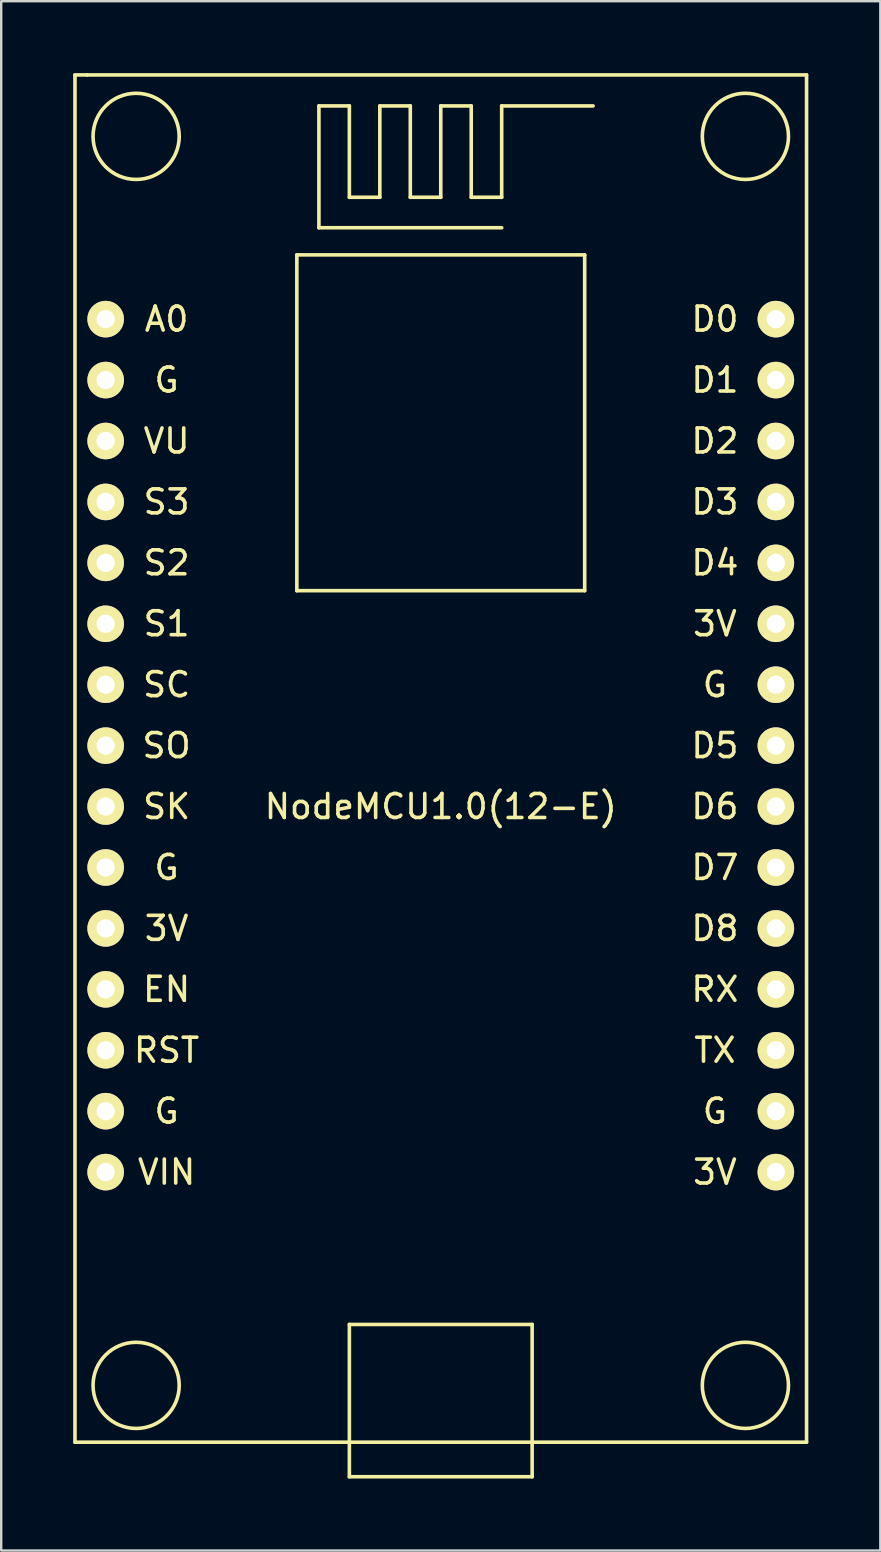
<source format=kicad_pcb>
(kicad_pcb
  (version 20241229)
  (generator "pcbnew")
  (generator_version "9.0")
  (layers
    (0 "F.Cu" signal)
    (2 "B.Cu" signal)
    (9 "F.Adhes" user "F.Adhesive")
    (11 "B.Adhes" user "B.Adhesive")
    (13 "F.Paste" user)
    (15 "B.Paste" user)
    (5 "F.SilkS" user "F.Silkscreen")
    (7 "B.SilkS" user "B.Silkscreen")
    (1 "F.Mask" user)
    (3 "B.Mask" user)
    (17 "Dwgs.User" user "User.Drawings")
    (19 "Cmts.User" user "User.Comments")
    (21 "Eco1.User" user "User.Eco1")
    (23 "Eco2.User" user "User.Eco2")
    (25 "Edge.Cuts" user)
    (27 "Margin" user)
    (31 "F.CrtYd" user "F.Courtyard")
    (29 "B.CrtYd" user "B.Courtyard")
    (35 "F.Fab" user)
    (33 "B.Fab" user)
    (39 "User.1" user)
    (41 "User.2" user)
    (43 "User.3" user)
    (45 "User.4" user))
  (footprint "NodeMCU1.0(12-E)"
    (layer "F.Cu")
    (at 15.325 30.575)
    (property "Reference" "NodeMCU1.0(12-E)" (at 0 0 0) (layer "F.SilkS") (effects (font (size 1 1) (thickness 0.15))))
    (attr through_hole)
    (fp_line (start -15.25 -30.5) (end -15.25 26.5) (stroke (width 0.15) (type solid)) (layer "F.SilkS"))
    (fp_line (start -15.25 26.5) (end 15.25 26.5) (stroke (width 0.15) (type solid)) (layer "F.SilkS"))
    (fp_line (start -14.75 -30.5) (end -15.25 -30.5) (stroke (width 0.15) (type solid)) (layer "F.SilkS"))
    (fp_line (start -6 -23) (end 6 -23) (stroke (width 0.15) (type solid)) (layer "F.SilkS"))
    (fp_line (start -6 -9) (end -6 -23) (stroke (width 0.15) (type solid)) (layer "F.SilkS"))
    (fp_line (start -5.08 -29.21) (end -3.81 -29.21) (stroke (width 0.15) (type solid)) (layer "F.SilkS"))
    (fp_line (start -5.08 -24.13) (end -5.08 -29.21) (stroke (width 0.15) (type solid)) (layer "F.SilkS"))
    (fp_line (start -3.81 -29.21) (end -3.81 -25.4) (stroke (width 0.15) (type solid)) (layer "F.SilkS"))
    (fp_line (start -3.81 -25.4) (end -2.54 -25.4) (stroke (width 0.15) (type solid)) (layer "F.SilkS"))
    (fp_line (start -3.81 21.59) (end -3.81 27.94) (stroke (width 0.15) (type solid)) (layer "F.SilkS"))
    (fp_line (start -3.81 27.94) (end 3.81 27.94) (stroke (width 0.15) (type solid)) (layer "F.SilkS"))
    (fp_line (start -2.54 -29.21) (end -1.27 -29.21) (stroke (width 0.15) (type solid)) (layer "F.SilkS"))
    (fp_line (start -2.54 -25.4) (end -2.54 -29.21) (stroke (width 0.15) (type solid)) (layer "F.SilkS"))
    (fp_line (start -1.27 -29.21) (end -1.27 -25.4) (stroke (width 0.15) (type solid)) (layer "F.SilkS"))
    (fp_line (start -1.27 -25.4) (end 0 -25.4) (stroke (width 0.15) (type solid)) (layer "F.SilkS"))
    (fp_line (start 0 -29.21) (end 1.27 -29.21) (stroke (width 0.15) (type solid)) (layer "F.SilkS"))
    (fp_line (start 0 -25.4) (end 0 -29.21) (stroke (width 0.15) (type solid)) (layer "F.SilkS"))
    (fp_line (start 1.27 -29.21) (end 1.27 -25.4) (stroke (width 0.15) (type solid)) (layer "F.SilkS"))
    (fp_line (start 1.27 -25.4) (end 2.54 -25.4) (stroke (width 0.15) (type solid)) (layer "F.SilkS"))
    (fp_line (start 2.54 -29.21) (end 6.35 -29.21) (stroke (width 0.15) (type solid)) (layer "F.SilkS"))
    (fp_line (start 2.54 -25.4) (end 2.54 -29.21) (stroke (width 0.15) (type solid)) (layer "F.SilkS"))
    (fp_line (start 2.54 -24.13) (end -5.08 -24.13) (stroke (width 0.15) (type solid)) (layer "F.SilkS"))
    (fp_line (start 3.81 21.59) (end -3.81 21.59) (stroke (width 0.15) (type solid)) (layer "F.SilkS"))
    (fp_line (start 3.81 27.94) (end 3.81 21.59) (stroke (width 0.15) (type solid)) (layer "F.SilkS"))
    (fp_line (start 6 -23) (end 6 -9) (stroke (width 0.15) (type solid)) (layer "F.SilkS"))
    (fp_line (start 6 -9) (end -6 -9) (stroke (width 0.15) (type solid)) (layer "F.SilkS"))
    (fp_line (start 15.25 -30.5) (end -14.75 -30.5) (stroke (width 0.15) (type solid)) (layer "F.SilkS"))
    (fp_line (start 15.25 26.5) (end 15.25 -30.5) (stroke (width 0.15) (type solid)) (layer "F.SilkS"))
    (fp_circle (center -12.7 -27.94) (end -11.43 -29.21) (stroke (width 0.15) (type solid)) (fill no) (layer "F.SilkS"))
    (fp_circle (center -12.7 24.13) (end -11.43 22.86) (stroke (width 0.15) (type solid)) (fill no) (layer "F.SilkS"))
    (fp_circle (center 12.7 -27.94) (end 13.97 -29.21) (stroke (width 0.15) (type solid)) (fill no) (layer "F.SilkS"))
    (fp_circle (center 12.7 24.13) (end 13.97 22.86) (stroke (width 0.15) (type solid)) (fill no) (layer "F.SilkS"))
    (fp_text user "EN" (at -11.43 7.62 0) (layer "F.SilkS") (effects (font (size 1 1) (thickness 0.15))))
    (fp_text user "A0" (at -11.43 -20.32 0) (layer "F.SilkS") (effects (font (size 1 1) (thickness 0.15))))
    (fp_text user "VU" (at -11.43 -15.24 0) (layer "F.SilkS") (effects (font (size 1 1) (thickness 0.15))))
    (fp_text user "D8" (at 11.43 5.08 0) (layer "F.SilkS") (effects (font (size 1 1) (thickness 0.15))))
    (fp_text user "G" (at 11.43 12.7 0) (layer "F.SilkS") (effects (font (size 1 1) (thickness 0.15))))
    (fp_text user "3V" (at 11.43 15.24 0) (layer "F.SilkS") (effects (font (size 1 1) (thickness 0.15))))
    (fp_text user "G" (at -11.43 2.54 0) (layer "F.SilkS") (effects (font (size 1 1) (thickness 0.15))))
    (fp_text user "S3" (at -11.43 -12.7 0) (layer "F.SilkS") (effects (font (size 1 1) (thickness 0.15))))
    (fp_text user "VIN" (at -11.43 15.24 0) (layer "F.SilkS") (effects (font (size 1 1) (thickness 0.15))))
    (fp_text user "D3" (at 11.43 -12.7 0) (layer "F.SilkS") (effects (font (size 1 1) (thickness 0.15))))
    (fp_text user "D0" (at 11.43 -20.32 0) (layer "F.SilkS") (effects (font (size 1 1) (thickness 0.15))))
    (fp_text user "G" (at 11.43 -5.08 0) (layer "F.SilkS") (effects (font (size 1 1) (thickness 0.15))))
    (fp_text user "SK" (at -11.43 0 0) (layer "F.SilkS") (effects (font (size 1 1) (thickness 0.15))))
    (fp_text user "3V" (at -11.43 5.08 0) (layer "F.SilkS") (effects (font (size 1 1) (thickness 0.15))))
    (fp_text user "G" (at -11.43 12.7 0) (layer "F.SilkS") (effects (font (size 1 1) (thickness 0.15))))
    (fp_text user "TX" (at 11.43 10.16 0) (layer "F.SilkS") (effects (font (size 1 1) (thickness 0.15))))
    (fp_text user "SO" (at -11.43 -2.54 0) (layer "F.SilkS") (effects (font (size 1 1) (thickness 0.15))))
    (fp_text user "D7" (at 11.43 2.54 0) (layer "F.SilkS") (effects (font (size 1 1) (thickness 0.15))))
    (fp_text user "RX" (at 11.43 7.62 0) (layer "F.SilkS") (effects (font (size 1 1) (thickness 0.15))))
    (fp_text user "S1" (at -11.43 -7.62 0) (layer "F.SilkS") (effects (font (size 1 1) (thickness 0.15))))
    (fp_text user "D6" (at 11.43 0 0) (layer "F.SilkS") (effects (font (size 1 1) (thickness 0.15))))
    (fp_text user "G" (at -11.43 -17.78 0) (layer "F.SilkS") (effects (font (size 1 1) (thickness 0.15))))
    (fp_text user "S2" (at -11.43 -10.16 0) (layer "F.SilkS") (effects (font (size 1 1) (thickness 0.15))))
    (fp_text user "D1" (at 11.43 -17.78 0) (layer "F.SilkS") (effects (font (size 1 1) (thickness 0.15))))
    (fp_text user "D4" (at 11.43 -10.16 0) (layer "F.SilkS") (effects (font (size 1 1) (thickness 0.15))))
    (fp_text user "RST" (at -11.43 10.16 0) (layer "F.SilkS") (effects (font (size 1 1) (thickness 0.15))))
    (fp_text user "3V" (at 11.43 -7.62 0) (layer "F.SilkS") (effects (font (size 1 1) (thickness 0.15))))
    (fp_text user "SC" (at -11.43 -5.08 0) (layer "F.SilkS") (effects (font (size 1 1) (thickness 0.15))))
    (fp_text user "D2" (at 11.43 -15.24 0) (layer "F.SilkS") (effects (font (size 1 1) (thickness 0.15))))
    (fp_text user "D5" (at 11.43 -2.54 0) (layer "F.SilkS") (effects (font (size 1 1) (thickness 0.15))))
    (pad "1" thru_hole circle (at -13.97 -20.32) (size 1.524 1.524) (drill 0.762) (layers "*.Cu" "*.Mask" "F.SilkS"))
    (pad "2" thru_hole circle (at -13.97 -17.78) (size 1.524 1.524) (drill 0.762) (layers "*.Cu" "*.Mask" "F.SilkS"))
    (pad "3" thru_hole circle (at -13.97 -15.24) (size 1.524 1.524) (drill 0.762) (layers "*.Cu" "*.Mask" "F.SilkS"))
    (pad "4" thru_hole circle (at -13.97 -12.7) (size 1.524 1.524) (drill 0.762) (layers "*.Cu" "*.Mask" "F.SilkS"))
    (pad "5" thru_hole circle (at -13.97 -10.16) (size 1.524 1.524) (drill 0.762) (layers "*.Cu" "*.Mask" "F.SilkS"))
    (pad "6" thru_hole circle (at -13.97 -7.62) (size 1.524 1.524) (drill 0.762) (layers "*.Cu" "*.Mask" "F.SilkS"))
    (pad "7" thru_hole circle (at -13.97 -5.08) (size 1.524 1.524) (drill 0.762) (layers "*.Cu" "*.Mask" "F.SilkS"))
    (pad "8" thru_hole circle (at -13.97 -2.54) (size 1.524 1.524) (drill 0.762) (layers "*.Cu" "*.Mask" "F.SilkS"))
    (pad "9" thru_hole circle (at -13.97 0) (size 1.524 1.524) (drill 0.762) (layers "*.Cu" "*.Mask" "F.SilkS"))
    (pad "10" thru_hole circle (at -13.97 2.54) (size 1.524 1.524) (drill 0.762) (layers "*.Cu" "*.Mask" "F.SilkS"))
    (pad "11" thru_hole circle (at -13.97 5.08) (size 1.524 1.524) (drill 0.762) (layers "*.Cu" "*.Mask" "F.SilkS"))
    (pad "12" thru_hole circle (at -13.97 7.62) (size 1.524 1.524) (drill 0.762) (layers "*.Cu" "*.Mask" "F.SilkS"))
    (pad "13" thru_hole circle (at -13.97 10.16) (size 1.524 1.524) (drill 0.762) (layers "*.Cu" "*.Mask" "F.SilkS"))
    (pad "14" thru_hole circle (at -13.97 12.7) (size 1.524 1.524) (drill 0.762) (layers "*.Cu" "*.Mask" "F.SilkS"))
    (pad "15" thru_hole circle (at -13.97 15.24) (size 1.524 1.524) (drill 0.762) (layers "*.Cu" "*.Mask" "F.SilkS"))
    (pad "16" thru_hole circle (at 13.97 15.24) (size 1.524 1.524) (drill 0.762) (layers "*.Cu" "*.Mask" "F.SilkS"))
    (pad "17" thru_hole circle (at 13.97 12.7) (size 1.524 1.524) (drill 0.762) (layers "*.Cu" "*.Mask" "F.SilkS"))
    (pad "18" thru_hole circle (at 13.97 10.16) (size 1.524 1.524) (drill 0.762) (layers "*.Cu" "*.Mask" "F.SilkS"))
    (pad "19" thru_hole circle (at 13.97 7.62) (size 1.524 1.524) (drill 0.762) (layers "*.Cu" "*.Mask" "F.SilkS"))
    (pad "20" thru_hole circle (at 13.97 5.08) (size 1.524 1.524) (drill 0.762) (layers "*.Cu" "*.Mask" "F.SilkS"))
    (pad "21" thru_hole circle (at 13.97 2.54) (size 1.524 1.524) (drill 0.762) (layers "*.Cu" "*.Mask" "F.SilkS"))
    (pad "22" thru_hole circle (at 13.97 0) (size 1.524 1.524) (drill 0.762) (layers "*.Cu" "*.Mask" "F.SilkS"))
    (pad "23" thru_hole circle (at 13.97 -2.54) (size 1.524 1.524) (drill 0.762) (layers "*.Cu" "*.Mask" "F.SilkS"))
    (pad "24" thru_hole circle (at 13.97 -5.08) (size 1.524 1.524) (drill 0.762) (layers "*.Cu" "*.Mask" "F.SilkS"))
    (pad "25" thru_hole circle (at 13.97 -7.62) (size 1.524 1.524) (drill 0.762) (layers "*.Cu" "*.Mask" "F.SilkS"))
    (pad "26" thru_hole circle (at 13.97 -10.16) (size 1.524 1.524) (drill 0.762) (layers "*.Cu" "*.Mask" "F.SilkS"))
    (pad "27" thru_hole circle (at 13.97 -12.7) (size 1.524 1.524) (drill 0.762) (layers "*.Cu" "*.Mask" "F.SilkS"))
    (pad "28" thru_hole circle (at 13.97 -15.24) (size 1.524 1.524) (drill 0.762) (layers "*.Cu" "*.Mask" "F.SilkS"))
    (pad "29" thru_hole circle (at 13.97 -17.78) (size 1.524 1.524) (drill 0.762) (layers "*.Cu" "*.Mask" "F.SilkS"))
    (pad "30" thru_hole circle (at 13.97 -20.32) (size 1.524 1.524) (drill 0.762) (layers "*.Cu" "*.Mask" "F.SilkS")))
  (gr_rect
    (start -3 -3)
    (end 33.65 61.59)
    (stroke (width 0.1) (type default))
    (fill no)
    (layer "Edge.Cuts")))
</source>
